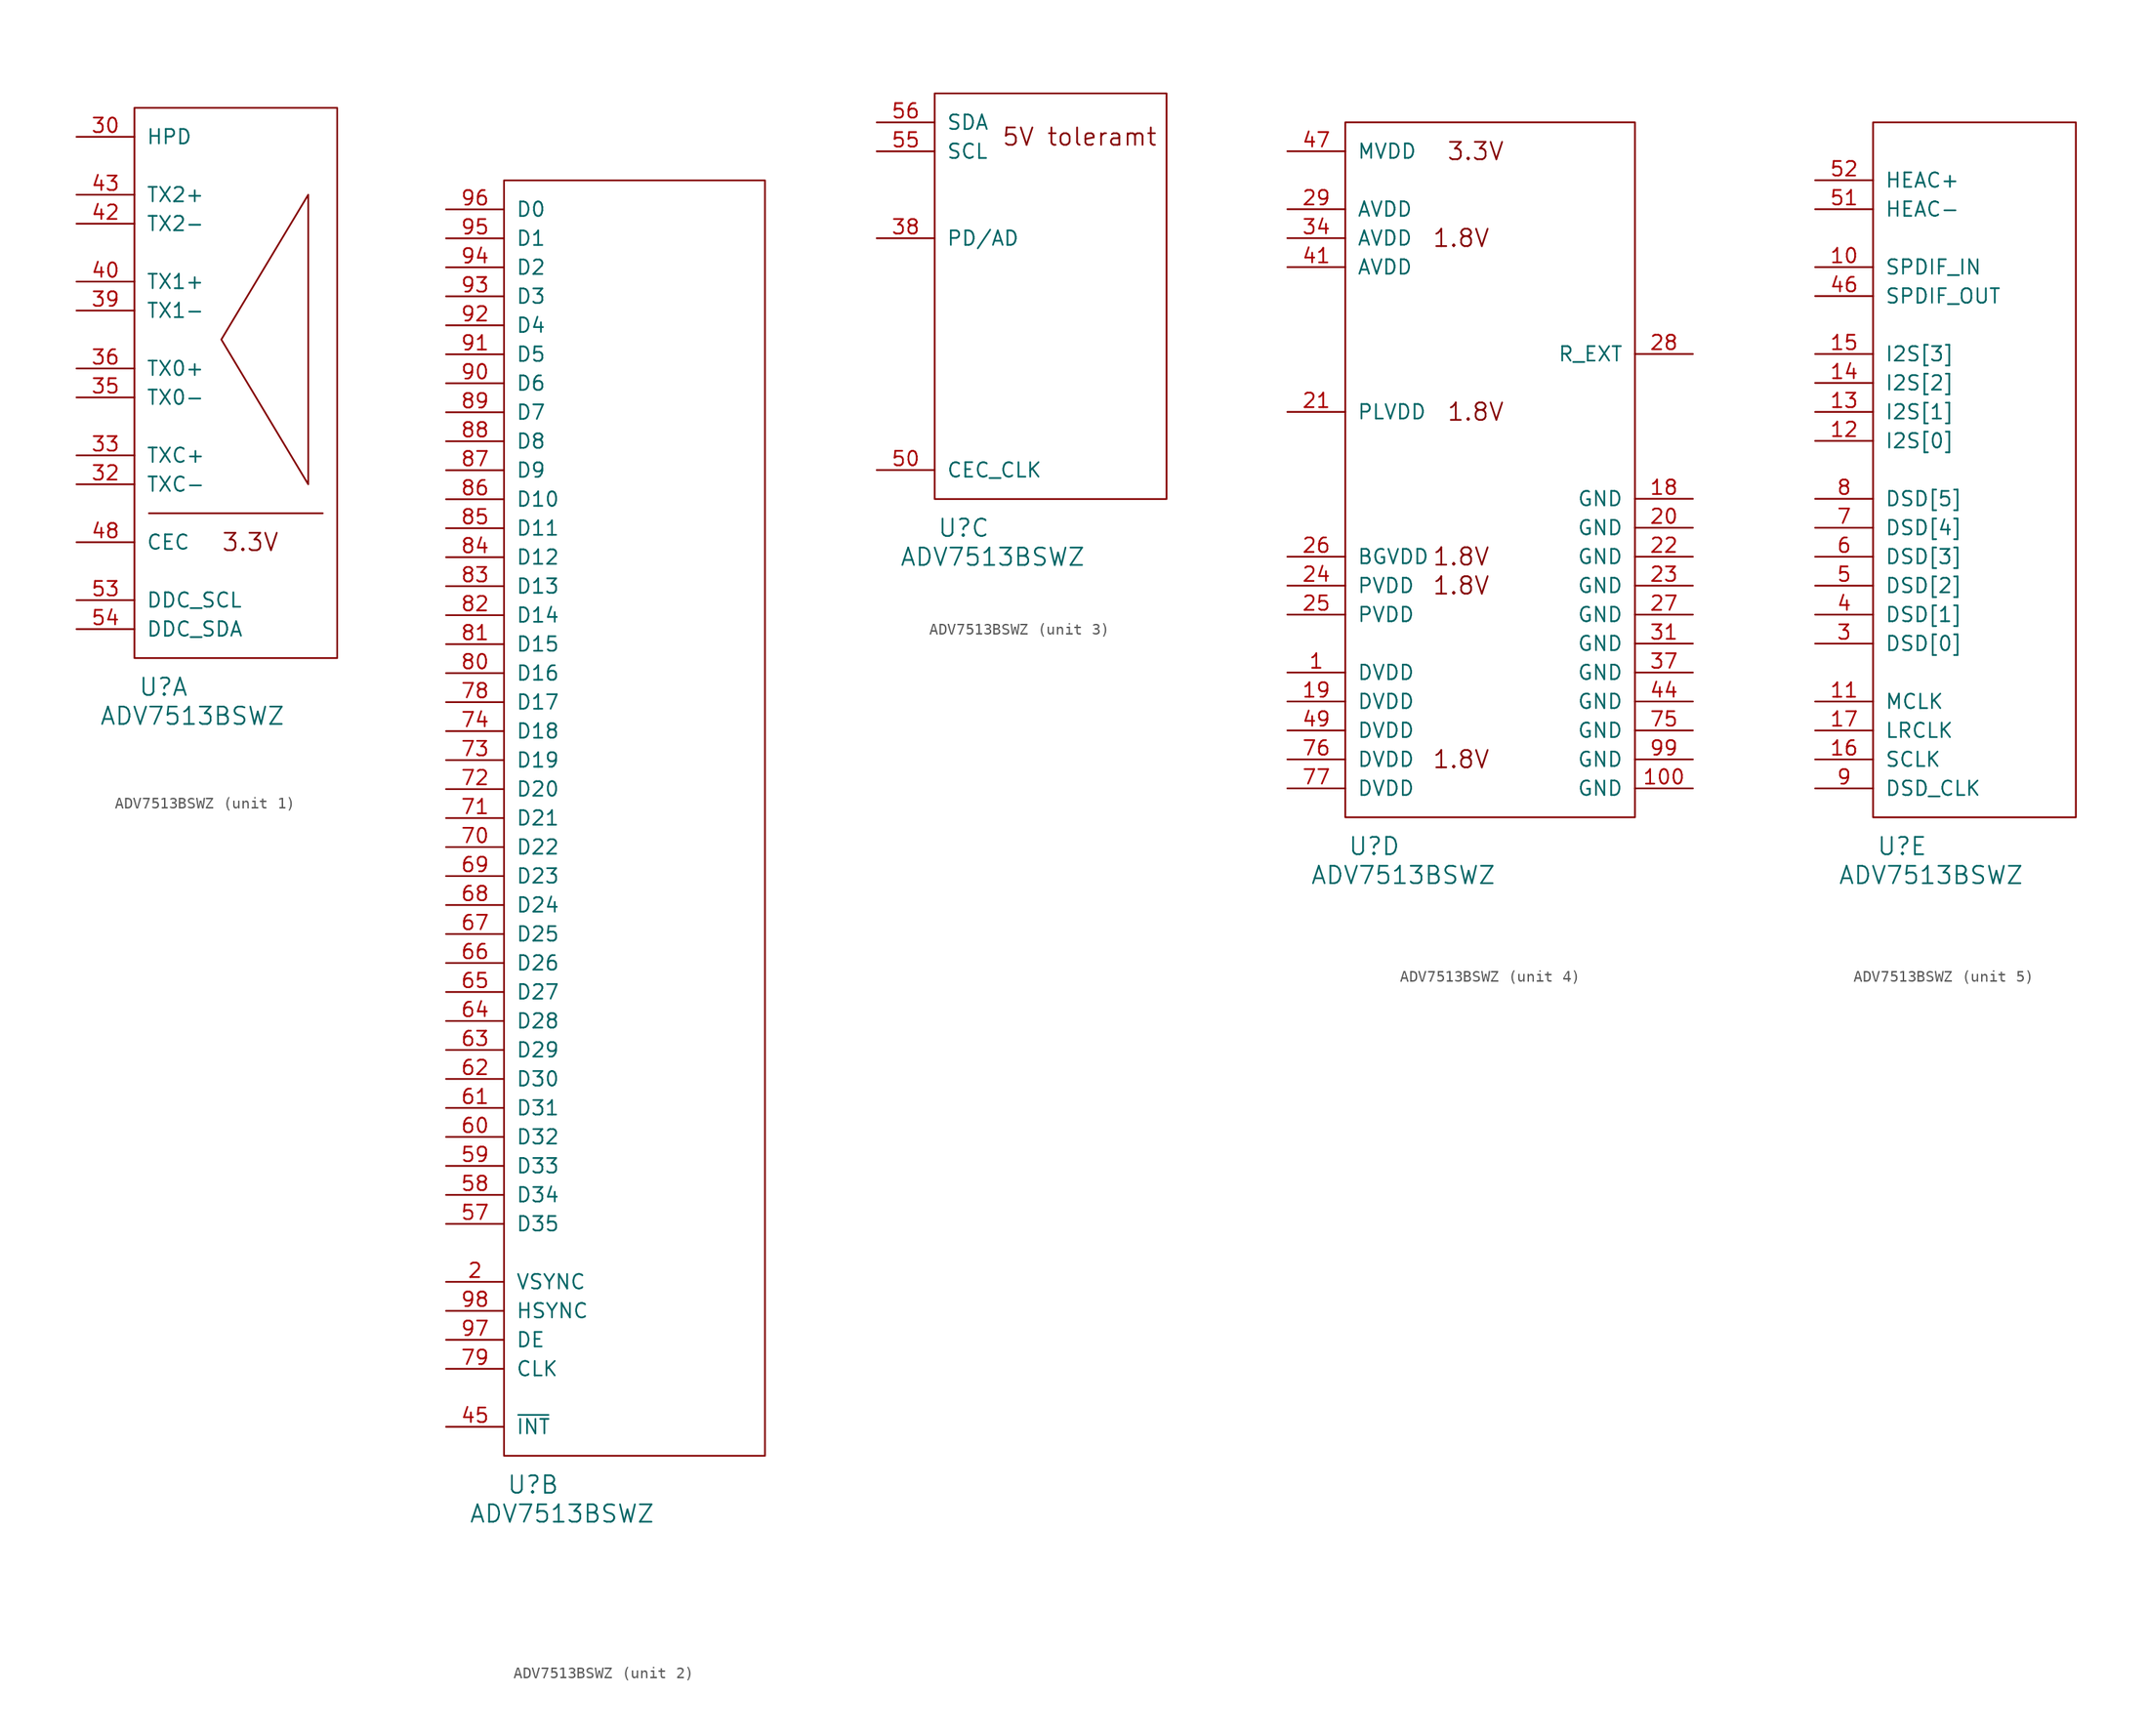
<source format=kicad_sym>
(kicad_symbol_lib
  (version 20220914)
  (generator kicad_symbol_editor)
  (symbol "ADV7513BSWZ"
    (pin_names
      (offset 1.016))
    (property "Reference" "U"
      (at 2.54 -2.54 0)
      (effects (font (size 1.524 1.524))))
    (property "Value" "ADV7513BSWZ"
      (at 5.08 -5.08 0)
      (effects (font (size 1.524 1.524))))
    (property "Footprint" ""
      (at 0 0 0)
      (effects (font (size 1.524 1.524))))
    (property "Datasheet" ""
      (at 0 0 0)
      (effects (font (size 1.524 1.524))))
    (property "ki_locked" ""
      (at 0 0 0)
      (effects (font (size 1.27 1.27))))
    (symbol "ADV7513BSWZ_1_0"
      (polyline (pts (xy 1.27 12.7) (xy 16.51 12.7)) (stroke (width 0) (type solid)) (fill (type none)))
      (text "3.3V" (at 10.16 10.16 0) (effects (font (size 1.524 1.524)))))
    (symbol "ADV7513BSWZ_1_1"
      (polyline (pts (xy 15.24 40.64) (xy 15.24 15.24) (xy 7.62 27.94) (xy 15.24 40.64)) (stroke (width 0) (type solid)) (fill (type none)))
      (rectangle (start 0 0) (end 17.78 48.26) (stroke (width 0) (type solid)) (fill (type none)))
      (pin input line (at -5.08 45.72 0) (length 5.08) (name "HPD" (effects (font (size 1.27 1.27)))) (number "30" (effects (font (size 1.27 1.27)))))
      (pin input line (at -5.08 15.24 0) (length 5.08) (name "TXC-" (effects (font (size 1.27 1.27)))) (number "32" (effects (font (size 1.27 1.27)))))
      (pin output line (at -5.08 17.78 0) (length 5.08) (name "TXC+" (effects (font (size 1.27 1.27)))) (number "33" (effects (font (size 1.27 1.27)))))
      (pin power_in line (at -5.08 22.86 0) (length 5.08) (name "TX0-" (effects (font (size 1.27 1.27)))) (number "35" (effects (font (size 1.27 1.27)))))
      (pin power_in line (at -5.08 25.4 0) (length 5.08) (name "TX0+" (effects (font (size 1.27 1.27)))) (number "36" (effects (font (size 1.27 1.27)))))
      (pin output line (at -5.08 30.48 0) (length 5.08) (name "TX1-" (effects (font (size 1.27 1.27)))) (number "39" (effects (font (size 1.27 1.27)))))
      (pin output line (at -5.08 33.02 0) (length 5.08) (name "TX1+" (effects (font (size 1.27 1.27)))) (number "40" (effects (font (size 1.27 1.27)))))
      (pin output line (at -5.08 38.1 0) (length 5.08) (name "TX2-" (effects (font (size 1.27 1.27)))) (number "42" (effects (font (size 1.27 1.27)))))
      (pin output line (at -5.08 40.64 0) (length 5.08) (name "TX2+" (effects (font (size 1.27 1.27)))) (number "43" (effects (font (size 1.27 1.27)))))
      (pin output line (at -5.08 10.16 0) (length 5.08) (name "CEC" (effects (font (size 1.27 1.27)))) (number "48" (effects (font (size 1.27 1.27)))))
      (pin output line (at -5.08 5.08 0) (length 5.08) (name "DDC_SCL" (effects (font (size 1.27 1.27)))) (number "53" (effects (font (size 1.27 1.27)))))
      (pin bidirectional line (at -5.08 2.54 0) (length 5.08) (name "DDC_SDA" (effects (font (size 1.27 1.27)))) (number "54" (effects (font (size 1.27 1.27))))))
    (symbol "ADV7513BSWZ_2_1"
      (rectangle (start 0 0) (end 22.86 111.76) (stroke (width 0) (type solid)) (fill (type none)))
      (pin input line (at -5.08 15.24 0) (length 5.08) (name "VSYNC" (effects (font (size 1.27 1.27)))) (number "2" (effects (font (size 1.27 1.27)))))
      (pin input line (at -5.08 2.54 0) (length 5.08) (name "~{INT}" (effects (font (size 1.27 1.27)))) (number "45" (effects (font (size 1.27 1.27)))))
      (pin input line (at -5.08 20.32 0) (length 5.08) (name "D35" (effects (font (size 1.27 1.27)))) (number "57" (effects (font (size 1.27 1.27)))))
      (pin input line (at -5.08 22.86 0) (length 5.08) (name "D34" (effects (font (size 1.27 1.27)))) (number "58" (effects (font (size 1.27 1.27)))))
      (pin input line (at -5.08 25.4 0) (length 5.08) (name "D33" (effects (font (size 1.27 1.27)))) (number "59" (effects (font (size 1.27 1.27)))))
      (pin input line (at -5.08 27.94 0) (length 5.08) (name "D32" (effects (font (size 1.27 1.27)))) (number "60" (effects (font (size 1.27 1.27)))))
      (pin input line (at -5.08 30.48 0) (length 5.08) (name "D31" (effects (font (size 1.27 1.27)))) (number "61" (effects (font (size 1.27 1.27)))))
      (pin input line (at -5.08 33.02 0) (length 5.08) (name "D30" (effects (font (size 1.27 1.27)))) (number "62" (effects (font (size 1.27 1.27)))))
      (pin input line (at -5.08 35.56 0) (length 5.08) (name "D29" (effects (font (size 1.27 1.27)))) (number "63" (effects (font (size 1.27 1.27)))))
      (pin input line (at -5.08 38.1 0) (length 5.08) (name "D28" (effects (font (size 1.27 1.27)))) (number "64" (effects (font (size 1.27 1.27)))))
      (pin input line (at -5.08 40.64 0) (length 5.08) (name "D27" (effects (font (size 1.27 1.27)))) (number "65" (effects (font (size 1.27 1.27)))))
      (pin input line (at -5.08 43.18 0) (length 5.08) (name "D26" (effects (font (size 1.27 1.27)))) (number "66" (effects (font (size 1.27 1.27)))))
      (pin input line (at -5.08 45.72 0) (length 5.08) (name "D25" (effects (font (size 1.27 1.27)))) (number "67" (effects (font (size 1.27 1.27)))))
      (pin input line (at -5.08 48.26 0) (length 5.08) (name "D24" (effects (font (size 1.27 1.27)))) (number "68" (effects (font (size 1.27 1.27)))))
      (pin input line (at -5.08 50.8 0) (length 5.08) (name "D23" (effects (font (size 1.27 1.27)))) (number "69" (effects (font (size 1.27 1.27)))))
      (pin input line (at -5.08 53.34 0) (length 5.08) (name "D22" (effects (font (size 1.27 1.27)))) (number "70" (effects (font (size 1.27 1.27)))))
      (pin input line (at -5.08 55.88 0) (length 5.08) (name "D21" (effects (font (size 1.27 1.27)))) (number "71" (effects (font (size 1.27 1.27)))))
      (pin input line (at -5.08 58.42 0) (length 5.08) (name "D20" (effects (font (size 1.27 1.27)))) (number "72" (effects (font (size 1.27 1.27)))))
      (pin input line (at -5.08 60.96 0) (length 5.08) (name "D19" (effects (font (size 1.27 1.27)))) (number "73" (effects (font (size 1.27 1.27)))))
      (pin input line (at -5.08 63.5 0) (length 5.08) (name "D18" (effects (font (size 1.27 1.27)))) (number "74" (effects (font (size 1.27 1.27)))))
      (pin input line (at -5.08 66.04 0) (length 5.08) (name "D17" (effects (font (size 1.27 1.27)))) (number "78" (effects (font (size 1.27 1.27)))))
      (pin input line (at -5.08 7.62 0) (length 5.08) (name "CLK" (effects (font (size 1.27 1.27)))) (number "79" (effects (font (size 1.27 1.27)))))
      (pin input line (at -5.08 68.58 0) (length 5.08) (name "D16" (effects (font (size 1.27 1.27)))) (number "80" (effects (font (size 1.27 1.27)))))
      (pin input line (at -5.08 71.12 0) (length 5.08) (name "D15" (effects (font (size 1.27 1.27)))) (number "81" (effects (font (size 1.27 1.27)))))
      (pin input line (at -5.08 73.66 0) (length 5.08) (name "D14" (effects (font (size 1.27 1.27)))) (number "82" (effects (font (size 1.27 1.27)))))
      (pin input line (at -5.08 76.2 0) (length 5.08) (name "D13" (effects (font (size 1.27 1.27)))) (number "83" (effects (font (size 1.27 1.27)))))
      (pin input line (at -5.08 78.74 0) (length 5.08) (name "D12" (effects (font (size 1.27 1.27)))) (number "84" (effects (font (size 1.27 1.27)))))
      (pin input line (at -5.08 81.28 0) (length 5.08) (name "D11" (effects (font (size 1.27 1.27)))) (number "85" (effects (font (size 1.27 1.27)))))
      (pin input line (at -5.08 83.82 0) (length 5.08) (name "D10" (effects (font (size 1.27 1.27)))) (number "86" (effects (font (size 1.27 1.27)))))
      (pin input line (at -5.08 86.36 0) (length 5.08) (name "D9" (effects (font (size 1.27 1.27)))) (number "87" (effects (font (size 1.27 1.27)))))
      (pin input line (at -5.08 88.9 0) (length 5.08) (name "D8" (effects (font (size 1.27 1.27)))) (number "88" (effects (font (size 1.27 1.27)))))
      (pin input line (at -5.08 91.44 0) (length 5.08) (name "D7" (effects (font (size 1.27 1.27)))) (number "89" (effects (font (size 1.27 1.27)))))
      (pin input line (at -5.08 93.98 0) (length 5.08) (name "D6" (effects (font (size 1.27 1.27)))) (number "90" (effects (font (size 1.27 1.27)))))
      (pin input line (at -5.08 96.52 0) (length 5.08) (name "D5" (effects (font (size 1.27 1.27)))) (number "91" (effects (font (size 1.27 1.27)))))
      (pin input line (at -5.08 99.06 0) (length 5.08) (name "D4" (effects (font (size 1.27 1.27)))) (number "92" (effects (font (size 1.27 1.27)))))
      (pin input line (at -5.08 101.6 0) (length 5.08) (name "D3" (effects (font (size 1.27 1.27)))) (number "93" (effects (font (size 1.27 1.27)))))
      (pin input line (at -5.08 104.14 0) (length 5.08) (name "D2" (effects (font (size 1.27 1.27)))) (number "94" (effects (font (size 1.27 1.27)))))
      (pin input line (at -5.08 106.68 0) (length 5.08) (name "D1" (effects (font (size 1.27 1.27)))) (number "95" (effects (font (size 1.27 1.27)))))
      (pin input line (at -5.08 109.22 0) (length 5.08) (name "D0" (effects (font (size 1.27 1.27)))) (number "96" (effects (font (size 1.27 1.27)))))
      (pin input line (at -5.08 10.16 0) (length 5.08) (name "DE" (effects (font (size 1.27 1.27)))) (number "97" (effects (font (size 1.27 1.27)))))
      (pin input line (at -5.08 12.7 0) (length 5.08) (name "HSYNC" (effects (font (size 1.27 1.27)))) (number "98" (effects (font (size 1.27 1.27))))))
    (symbol "ADV7513BSWZ_3_0"
      (text "5V toleramt" (at 12.7 31.75 0) (effects (font (size 1.524 1.524)))))
    (symbol "ADV7513BSWZ_3_1"
      (rectangle (start 0 0) (end 20.32 35.56) (stroke (width 0) (type solid)) (fill (type none)))
      (pin input line (at -5.08 22.86 0) (length 5.08) (name "PD/AD" (effects (font (size 1.27 1.27)))) (number "38" (effects (font (size 1.27 1.27)))))
      (pin input line (at -5.08 2.54 0) (length 5.08) (name "CEC_CLK" (effects (font (size 1.27 1.27)))) (number "50" (effects (font (size 1.27 1.27)))))
      (pin input line (at -5.08 30.48 0) (length 5.08) (name "SCL" (effects (font (size 1.27 1.27)))) (number "55" (effects (font (size 1.27 1.27)))))
      (pin bidirectional line (at -5.08 33.02 0) (length 5.08) (name "SDA" (effects (font (size 1.27 1.27)))) (number "56" (effects (font (size 1.27 1.27))))))
    (symbol "ADV7513BSWZ_4_0"
      (text "1.8V" (at 10.16 5.08 0) (effects (font (size 1.524 1.524))))
      (text "1.8V" (at 10.16 20.32 0) (effects (font (size 1.524 1.524))))
      (text "1.8V" (at 10.16 22.86 0) (effects (font (size 1.524 1.524))))
      (text "1.8V" (at 10.16 50.8 0) (effects (font (size 1.524 1.524))))
      (text "1.8V" (at 11.43 35.56 0) (effects (font (size 1.524 1.524))))
      (text "3.3V" (at 11.43 58.42 0) (effects (font (size 1.524 1.524)))))
    (symbol "ADV7513BSWZ_4_1"
      (rectangle (start 0 0) (end 25.4 60.96) (stroke (width 0) (type solid)) (fill (type none)))
      (pin power_in line (at -5.08 12.7 0) (length 5.08) (name "DVDD" (effects (font (size 1.27 1.27)))) (number "1" (effects (font (size 1.27 1.27)))))
      (pin power_in line (at 30.48 2.54 180) (length 5.08) (name "GND" (effects (font (size 1.27 1.27)))) (number "100" (effects (font (size 1.27 1.27)))))
      (pin power_in line (at 30.48 27.94 180) (length 5.08) (name "GND" (effects (font (size 1.27 1.27)))) (number "18" (effects (font (size 1.27 1.27)))))
      (pin input line (at -5.08 10.16 0) (length 5.08) (name "DVDD" (effects (font (size 1.27 1.27)))) (number "19" (effects (font (size 1.27 1.27)))))
      (pin power_in line (at 30.48 25.4 180) (length 5.08) (name "GND" (effects (font (size 1.27 1.27)))) (number "20" (effects (font (size 1.27 1.27)))))
      (pin power_in line (at -5.08 35.56 0) (length 5.08) (name "PLVDD" (effects (font (size 1.27 1.27)))) (number "21" (effects (font (size 1.27 1.27)))))
      (pin power_in line (at 30.48 22.86 180) (length 5.08) (name "GND" (effects (font (size 1.27 1.27)))) (number "22" (effects (font (size 1.27 1.27)))))
      (pin power_in line (at 30.48 20.32 180) (length 5.08) (name "GND" (effects (font (size 1.27 1.27)))) (number "23" (effects (font (size 1.27 1.27)))))
      (pin power_in line (at -5.08 20.32 0) (length 5.08) (name "PVDD" (effects (font (size 1.27 1.27)))) (number "24" (effects (font (size 1.27 1.27)))))
      (pin power_in line (at -5.08 17.78 0) (length 5.08) (name "PVDD" (effects (font (size 1.27 1.27)))) (number "25" (effects (font (size 1.27 1.27)))))
      (pin power_in line (at -5.08 22.86 0) (length 5.08) (name "BGVDD" (effects (font (size 1.27 1.27)))) (number "26" (effects (font (size 1.27 1.27)))))
      (pin power_in line (at 30.48 17.78 180) (length 5.08) (name "GND" (effects (font (size 1.27 1.27)))) (number "27" (effects (font (size 1.27 1.27)))))
      (pin input line (at 30.48 40.64 180) (length 5.08) (name "R_EXT" (effects (font (size 1.27 1.27)))) (number "28" (effects (font (size 1.27 1.27)))))
      (pin power_in line (at -5.08 53.34 0) (length 5.08) (name "AVDD" (effects (font (size 1.27 1.27)))) (number "29" (effects (font (size 1.27 1.27)))))
      (pin power_in line (at 30.48 15.24 180) (length 5.08) (name "GND" (effects (font (size 1.27 1.27)))) (number "31" (effects (font (size 1.27 1.27)))))
      (pin power_in line (at -5.08 50.8 0) (length 5.08) (name "AVDD" (effects (font (size 1.27 1.27)))) (number "34" (effects (font (size 1.27 1.27)))))
      (pin power_in line (at 30.48 12.7 180) (length 5.08) (name "GND" (effects (font (size 1.27 1.27)))) (number "37" (effects (font (size 1.27 1.27)))))
      (pin power_in line (at -5.08 48.26 0) (length 5.08) (name "AVDD" (effects (font (size 1.27 1.27)))) (number "41" (effects (font (size 1.27 1.27)))))
      (pin power_in line (at 30.48 10.16 180) (length 5.08) (name "GND" (effects (font (size 1.27 1.27)))) (number "44" (effects (font (size 1.27 1.27)))))
      (pin power_in line (at -5.08 58.42 0) (length 5.08) (name "MVDD" (effects (font (size 1.27 1.27)))) (number "47" (effects (font (size 1.27 1.27)))))
      (pin power_in line (at -5.08 7.62 0) (length 5.08) (name "DVDD" (effects (font (size 1.27 1.27)))) (number "49" (effects (font (size 1.27 1.27)))))
      (pin power_in line (at 30.48 7.62 180) (length 5.08) (name "GND" (effects (font (size 1.27 1.27)))) (number "75" (effects (font (size 1.27 1.27)))))
      (pin power_in line (at -5.08 5.08 0) (length 5.08) (name "DVDD" (effects (font (size 1.27 1.27)))) (number "76" (effects (font (size 1.27 1.27)))))
      (pin power_in line (at -5.08 2.54 0) (length 5.08) (name "DVDD" (effects (font (size 1.27 1.27)))) (number "77" (effects (font (size 1.27 1.27)))))
      (pin power_in line (at 30.48 5.08 180) (length 5.08) (name "GND" (effects (font (size 1.27 1.27)))) (number "99" (effects (font (size 1.27 1.27))))))
    (symbol "ADV7513BSWZ_5_1"
      (rectangle (start 0 0) (end 17.78 60.96) (stroke (width 0) (type solid)) (fill (type none)))
      (pin input line (at -5.08 48.26 0) (length 5.08) (name "SPDIF_IN" (effects (font (size 1.27 1.27)))) (number "10" (effects (font (size 1.27 1.27)))))
      (pin input line (at -5.08 10.16 0) (length 5.08) (name "MCLK" (effects (font (size 1.27 1.27)))) (number "11" (effects (font (size 1.27 1.27)))))
      (pin input line (at -5.08 33.02 0) (length 5.08) (name "I2S[0]" (effects (font (size 1.27 1.27)))) (number "12" (effects (font (size 1.27 1.27)))))
      (pin input line (at -5.08 35.56 0) (length 5.08) (name "I2S[1]" (effects (font (size 1.27 1.27)))) (number "13" (effects (font (size 1.27 1.27)))))
      (pin input line (at -5.08 38.1 0) (length 5.08) (name "I2S[2]" (effects (font (size 1.27 1.27)))) (number "14" (effects (font (size 1.27 1.27)))))
      (pin input line (at -5.08 40.64 0) (length 5.08) (name "I2S[3]" (effects (font (size 1.27 1.27)))) (number "15" (effects (font (size 1.27 1.27)))))
      (pin input line (at -5.08 5.08 0) (length 5.08) (name "SCLK" (effects (font (size 1.27 1.27)))) (number "16" (effects (font (size 1.27 1.27)))))
      (pin input line (at -5.08 7.62 0) (length 5.08) (name "LRCLK" (effects (font (size 1.27 1.27)))) (number "17" (effects (font (size 1.27 1.27)))))
      (pin input line (at -5.08 15.24 0) (length 5.08) (name "DSD[0]" (effects (font (size 1.27 1.27)))) (number "3" (effects (font (size 1.27 1.27)))))
      (pin input line (at -5.08 17.78 0) (length 5.08) (name "DSD[1]" (effects (font (size 1.27 1.27)))) (number "4" (effects (font (size 1.27 1.27)))))
      (pin output line (at -5.08 45.72 0) (length 5.08) (name "SPDIF_OUT" (effects (font (size 1.27 1.27)))) (number "46" (effects (font (size 1.27 1.27)))))
      (pin input line (at -5.08 20.32 0) (length 5.08) (name "DSD[2]" (effects (font (size 1.27 1.27)))) (number "5" (effects (font (size 1.27 1.27)))))
      (pin output line (at -5.08 53.34 0) (length 5.08) (name "HEAC-" (effects (font (size 1.27 1.27)))) (number "51" (effects (font (size 1.27 1.27)))))
      (pin input line (at -5.08 55.88 0) (length 5.08) (name "HEAC+" (effects (font (size 1.27 1.27)))) (number "52" (effects (font (size 1.27 1.27)))))
      (pin input line (at -5.08 22.86 0) (length 5.08) (name "DSD[3]" (effects (font (size 1.27 1.27)))) (number "6" (effects (font (size 1.27 1.27)))))
      (pin input line (at -5.08 25.4 0) (length 5.08) (name "DSD[4]" (effects (font (size 1.27 1.27)))) (number "7" (effects (font (size 1.27 1.27)))))
      (pin input line (at -5.08 27.94 0) (length 5.08) (name "DSD[5]" (effects (font (size 1.27 1.27)))) (number "8" (effects (font (size 1.27 1.27)))))
      (pin input line (at -5.08 2.54 0) (length 5.08) (name "DSD_CLK" (effects (font (size 1.27 1.27)))) (number "9" (effects (font (size 1.27 1.27))))))))
</source>
